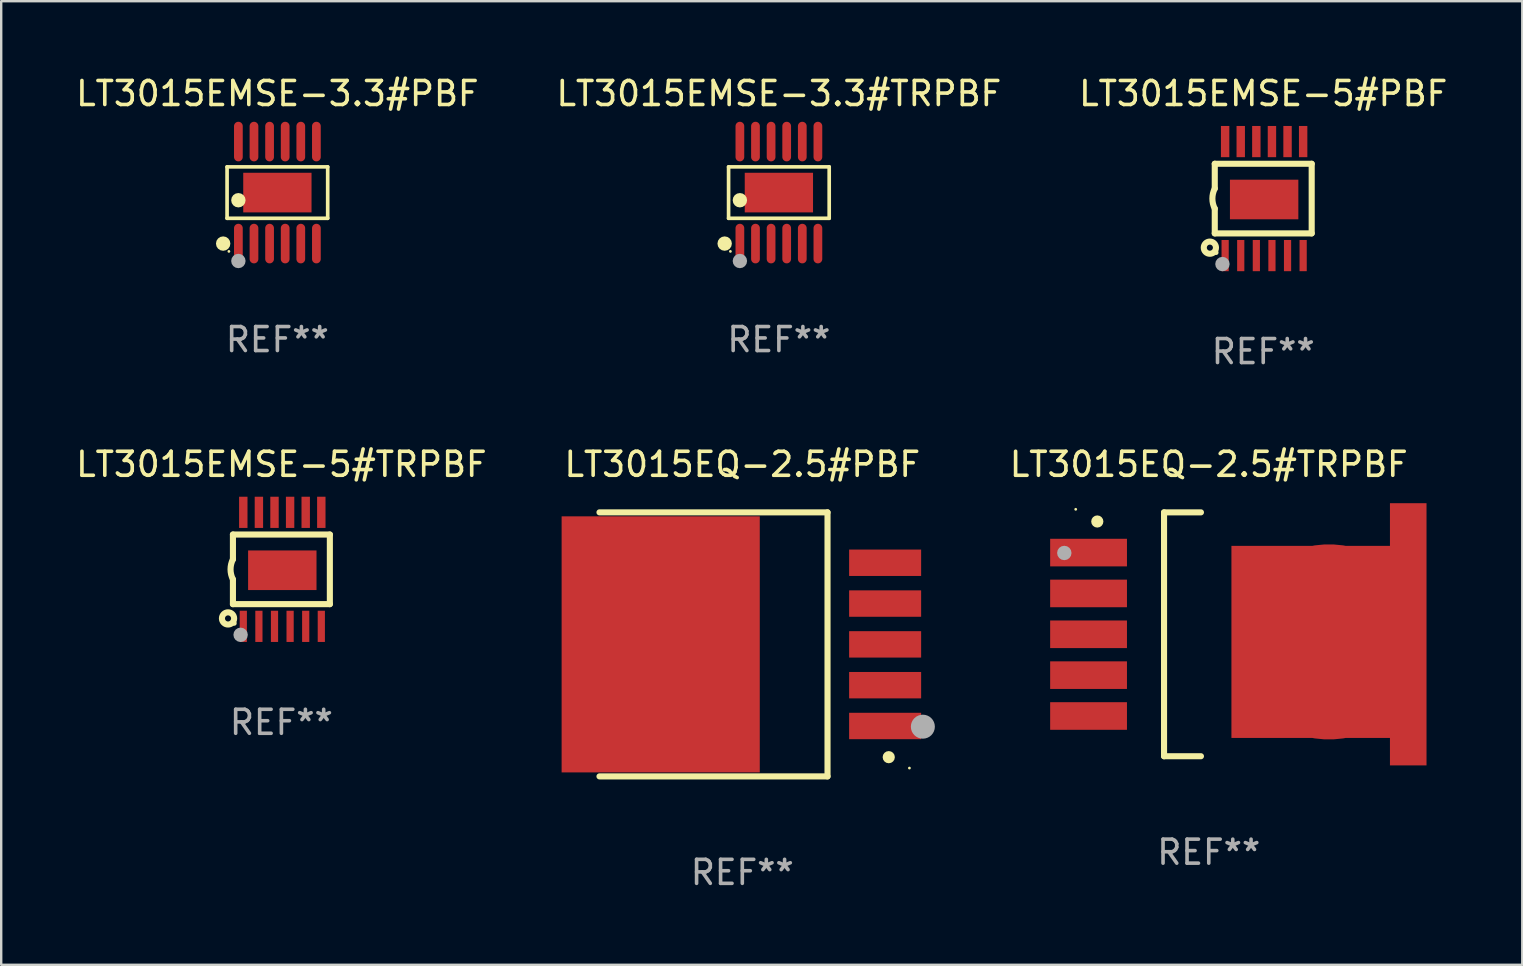
<source format=kicad_pcb>
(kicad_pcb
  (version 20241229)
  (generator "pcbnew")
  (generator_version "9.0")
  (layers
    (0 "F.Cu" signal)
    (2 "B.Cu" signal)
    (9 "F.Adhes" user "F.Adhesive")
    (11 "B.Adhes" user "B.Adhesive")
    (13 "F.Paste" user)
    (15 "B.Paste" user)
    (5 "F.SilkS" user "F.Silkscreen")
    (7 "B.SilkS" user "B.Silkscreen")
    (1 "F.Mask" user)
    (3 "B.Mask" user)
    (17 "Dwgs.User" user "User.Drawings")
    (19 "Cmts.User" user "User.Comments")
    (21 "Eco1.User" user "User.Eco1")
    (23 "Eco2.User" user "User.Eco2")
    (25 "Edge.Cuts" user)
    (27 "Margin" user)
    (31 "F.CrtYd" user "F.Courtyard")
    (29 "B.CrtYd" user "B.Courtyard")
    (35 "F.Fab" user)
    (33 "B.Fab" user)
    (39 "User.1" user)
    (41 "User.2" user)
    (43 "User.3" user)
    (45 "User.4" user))
  (footprint "LT3015EQ-2.5#TRPBF"
    (layer "F.Cu")
    (at 47.308 23.375)
    (property "Reference" "LT3015EQ-2.5#TRPBF" (at 0 -7.08 0) (layer "F.SilkS") (effects (font (size 1 1) (thickness 0.15))))
    (attr through_hole)
    (fp_line (start -1.863 -5.08) (end -0.326 -5.08) (stroke (width 0.254) (type solid)) (layer "F.SilkS"))
    (fp_line (start -1.863 5.08) (end -1.863 -5.08) (stroke (width 0.254) (type solid)) (layer "F.SilkS"))
    (fp_line (start -0.326 5.08) (end -1.863 5.08) (stroke (width 0.254) (type solid)) (layer "F.SilkS"))
    (fp_circle (center -5.543 -5.207) (end -5.513 -5.207) (stroke (width 0.06) (type solid)) (fill no) (layer "F.SilkS"))
    (fp_circle (center -4.644 -4.699) (end -4.517 -4.699) (stroke (width 0.254) (type solid)) (fill no) (layer "F.SilkS"))
    (fp_circle (center -6.018 -3.388) (end -5.868 -3.388) (stroke (width 0.3) (type solid)) (fill no) (layer "F.Fab"))
    (fp_text user "REF**" (at 0 9.08 0) (layer "F.Fab") (effects (font (size 1 1) (thickness 0.15))))
    (pad "1" smd rect (at -5.008 -3.404) (size 3.2 1.15) (layers "F.Cu" "F.Mask" "F.Paste"))
    (pad "2" smd rect (at -5.008 -1.702) (size 3.2 1.15) (layers "F.Cu" "F.Mask" "F.Paste"))
    (pad "3" smd rect (at -5.008 -0.000025) (size 3.2 1.15) (layers "F.Cu" "F.Mask" "F.Paste"))
    (pad "4" smd rect (at -5.008 1.702) (size 3.2 1.15) (layers "F.Cu" "F.Mask" "F.Paste"))
    (pad "5" smd rect (at -5.008 3.404) (size 3.2 1.15) (layers "F.Cu" "F.Mask" "F.Paste"))
    (pad "6" smd custom (at 5.008 0.317) (size 8.128 10.922) (layers "F.Cu" "F.Mask" "F.Paste") (options (anchor circle)) (primitives (gr_poly (pts (xy -4.064 -4.001) (xy 2.54 -4.001) (xy 2.54 -5.779) (xy 4.064 -5.779) (xy 4.064 5.144) (xy 2.54 5.144) (xy 2.54 4) (xy -4.064 4)) (width 0) (fill yes)))))
  (footprint "LT3015EMSE-3.3#PBF"
    (layer "F.Cu")
    (at 8.506 4.973)
    (property "Reference" "LT3015EMSE-3.3#PBF" (at 0 -4.125 0) (layer "F.SilkS") (effects (font (size 1 1) (thickness 0.15))))
    (attr through_hole)
    (fp_line (start -2.096 -1.071) (end 2.096 -1.071) (stroke (width 0.152) (type solid)) (layer "F.SilkS"))
    (fp_line (start -2.096 1.071) (end -2.096 -1.071) (stroke (width 0.152) (type solid)) (layer "F.SilkS"))
    (fp_line (start 2.096 -1.071) (end 2.096 1.071) (stroke (width 0.152) (type solid)) (layer "F.SilkS"))
    (fp_line (start 2.096 1.071) (end -2.096 1.071) (stroke (width 0.152) (type solid)) (layer "F.SilkS"))
    (fp_circle (center -2.259 2.125) (end -2.109 2.125) (stroke (width 0.3) (type solid)) (fill no) (layer "F.SilkS"))
    (fp_circle (center -2.02 2.45) (end -1.99 2.45) (stroke (width 0.06) (type solid)) (fill no) (layer "F.SilkS"))
    (fp_circle (center -1.625 0.319) (end -1.475 0.319) (stroke (width 0.3) (type solid)) (fill no) (layer "F.SilkS"))
    (fp_circle (center -1.625 2.85) (end -1.475 2.85) (stroke (width 0.3) (type solid)) (fill no) (layer "F.Fab"))
    (fp_text user "REF**" (at 0 6.125 0) (layer "F.Fab") (effects (font (size 1 1) (thickness 0.15))))
    (pad "1" smd oval (at -1.625 2.125) (size 0.364 1.65) (layers "F.Cu" "F.Mask" "F.Paste"))
    (pad "2" smd oval (at -0.975 2.125) (size 0.364 1.65) (layers "F.Cu" "F.Mask" "F.Paste"))
    (pad "3" smd oval (at -0.325 2.125) (size 0.364 1.65) (layers "F.Cu" "F.Mask" "F.Paste"))
    (pad "4" smd oval (at 0.325 2.125) (size 0.364 1.65) (layers "F.Cu" "F.Mask" "F.Paste"))
    (pad "5" smd oval (at 0.975 2.125) (size 0.364 1.65) (layers "F.Cu" "F.Mask" "F.Paste"))
    (pad "6" smd oval (at 1.625 2.125) (size 0.364 1.65) (layers "F.Cu" "F.Mask" "F.Paste"))
    (pad "7" smd oval (at 1.625 -2.125) (size 0.364 1.65) (layers "F.Cu" "F.Mask" "F.Paste"))
    (pad "8" smd oval (at 0.975 -2.125) (size 0.364 1.65) (layers "F.Cu" "F.Mask" "F.Paste"))
    (pad "9" smd oval (at 0.325 -2.125) (size 0.364 1.65) (layers "F.Cu" "F.Mask" "F.Paste"))
    (pad "10" smd oval (at -0.325 -2.125) (size 0.364 1.65) (layers "F.Cu" "F.Mask" "F.Paste"))
    (pad "11" smd oval (at -0.975 -2.125) (size 0.364 1.65) (layers "F.Cu" "F.Mask" "F.Paste"))
    (pad "12" smd oval (at -1.625 -2.125) (size 0.364 1.65) (layers "F.Cu" "F.Mask" "F.Paste"))
    (pad "13" smd rect (at 0 0) (size 2.845 1.651) (layers "F.Cu" "F.Mask" "F.Paste")))
  (footprint "LT3015EMSE-5#TRPBF"
    (layer "F.Cu")
    (at 8.673 20.669)
    (property "Reference" "LT3015EMSE-5#TRPBF" (at 0 -4.375 0) (layer "F.SilkS") (effects (font (size 1 1) (thickness 0.15))))
    (attr through_hole)
    (fp_line (start -2.019 -1.45) (end -2.019 -0.419) (stroke (width 0.254) (type solid)) (layer "F.SilkS"))
    (fp_line (start -2.019 1.45) (end -2.019 0.419) (stroke (width 0.254) (type solid)) (layer "F.SilkS"))
    (fp_line (start -2.019 1.45) (end 2.019 1.45) (stroke (width 0.254) (type solid)) (layer "F.SilkS"))
    (fp_line (start 2.019 -1.45) (end -2.019 -1.45) (stroke (width 0.254) (type solid)) (layer "F.SilkS"))
    (fp_line (start 2.019 -1.45) (end 2.019 1.45) (stroke (width 0.254) (type solid)) (layer "F.SilkS"))
    (fp_arc (start -2.019304 0.419101) (mid -2.11824 0) (end -2.019304 -0.419101) (stroke (width 0.254001) (type solid)) (layer "F.SilkS"))
    (fp_circle (center -2.223 2.045) (end -1.969 2.045) (stroke (width 0.254) (type solid)) (fill no) (layer "F.SilkS"))
    (fp_circle (center -1.962 2.25) (end -1.912 2.25) (stroke (width 0.1) (type solid)) (fill no) (layer "F.SilkS"))
    (fp_circle (center -1.699 2.728) (end -1.549 2.728) (stroke (width 0.3) (type solid)) (fill no) (layer "F.Fab"))
    (fp_text user "REF**" (at 0 6.375 0) (layer "F.Fab") (effects (font (size 1 1) (thickness 0.15))))
    (pad "1" smd rect (at -1.587 2.375) (size 0.3 1.3) (layers "F.Cu" "F.Mask" "F.Paste"))
    (pad "2" smd rect (at -0.937 2.375) (size 0.3 1.3) (layers "F.Cu" "F.Mask" "F.Paste"))
    (pad "3" smd rect (at -0.287 2.375) (size 0.3 1.3) (layers "F.Cu" "F.Mask" "F.Paste"))
    (pad "4" smd rect (at 0.363 2.375) (size 0.3 1.3) (layers "F.Cu" "F.Mask" "F.Paste"))
    (pad "5" smd rect (at 1.013 2.375) (size 0.3 1.3) (layers "F.Cu" "F.Mask" "F.Paste"))
    (pad "6" smd rect (at 1.663 2.375) (size 0.3 1.3) (layers "F.Cu" "F.Mask" "F.Paste"))
    (pad "7" smd rect (at 1.663 -2.375) (size 0.35 1.3) (layers "F.Cu" "F.Mask" "F.Paste"))
    (pad "8" smd rect (at 1.013 -2.375) (size 0.35 1.3) (layers "F.Cu" "F.Mask" "F.Paste"))
    (pad "9" smd rect (at 0.363 -2.375) (size 0.35 1.3) (layers "F.Cu" "F.Mask" "F.Paste"))
    (pad "10" smd rect (at -0.287 -2.375) (size 0.35 1.3) (layers "F.Cu" "F.Mask" "F.Paste"))
    (pad "11" smd rect (at -0.937 -2.375) (size 0.35 1.3) (layers "F.Cu" "F.Mask" "F.Paste"))
    (pad "12" smd rect (at -1.587 -2.375) (size 0.35 1.3) (layers "F.Cu" "F.Mask" "F.Paste"))
    (pad "13" smd rect (at 0.038 0.038) (size 2.85 1.65) (layers "F.Cu" "F.Mask" "F.Paste")))
  (footprint "LT3015EMSE-5#PBF"
    (layer "F.Cu")
    (at 49.577 5.223)
    (property "Reference" "LT3015EMSE-5#PBF" (at 0 -4.375 0) (layer "F.SilkS") (effects (font (size 1 1) (thickness 0.15))))
    (attr through_hole)
    (fp_line (start -2.019 -1.45) (end -2.019 -0.419) (stroke (width 0.254) (type solid)) (layer "F.SilkS"))
    (fp_line (start -2.019 1.45) (end -2.019 0.419) (stroke (width 0.254) (type solid)) (layer "F.SilkS"))
    (fp_line (start -2.019 1.45) (end 2.019 1.45) (stroke (width 0.254) (type solid)) (layer "F.SilkS"))
    (fp_line (start 2.019 -1.45) (end -2.019 -1.45) (stroke (width 0.254) (type solid)) (layer "F.SilkS"))
    (fp_line (start 2.019 -1.45) (end 2.019 1.45) (stroke (width 0.254) (type solid)) (layer "F.SilkS"))
    (fp_arc (start -2.019304 0.419101) (mid -2.11824 0) (end -2.019304 -0.419101) (stroke (width 0.254001) (type solid)) (layer "F.SilkS"))
    (fp_circle (center -2.223 2.045) (end -1.969 2.045) (stroke (width 0.254) (type solid)) (fill no) (layer "F.SilkS"))
    (fp_circle (center -1.962 2.25) (end -1.912 2.25) (stroke (width 0.1) (type solid)) (fill no) (layer "F.SilkS"))
    (fp_circle (center -1.699 2.728) (end -1.549 2.728) (stroke (width 0.3) (type solid)) (fill no) (layer "F.Fab"))
    (fp_text user "REF**" (at 0 6.375 0) (layer "F.Fab") (effects (font (size 1 1) (thickness 0.15))))
    (pad "1" smd rect (at -1.587 2.375) (size 0.3 1.3) (layers "F.Cu" "F.Mask" "F.Paste"))
    (pad "2" smd rect (at -0.937 2.375) (size 0.3 1.3) (layers "F.Cu" "F.Mask" "F.Paste"))
    (pad "3" smd rect (at -0.287 2.375) (size 0.3 1.3) (layers "F.Cu" "F.Mask" "F.Paste"))
    (pad "4" smd rect (at 0.363 2.375) (size 0.3 1.3) (layers "F.Cu" "F.Mask" "F.Paste"))
    (pad "5" smd rect (at 1.013 2.375) (size 0.3 1.3) (layers "F.Cu" "F.Mask" "F.Paste"))
    (pad "6" smd rect (at 1.663 2.375) (size 0.3 1.3) (layers "F.Cu" "F.Mask" "F.Paste"))
    (pad "7" smd rect (at 1.663 -2.375) (size 0.35 1.3) (layers "F.Cu" "F.Mask" "F.Paste"))
    (pad "8" smd rect (at 1.013 -2.375) (size 0.35 1.3) (layers "F.Cu" "F.Mask" "F.Paste"))
    (pad "9" smd rect (at 0.363 -2.375) (size 0.35 1.3) (layers "F.Cu" "F.Mask" "F.Paste"))
    (pad "10" smd rect (at -0.287 -2.375) (size 0.35 1.3) (layers "F.Cu" "F.Mask" "F.Paste"))
    (pad "11" smd rect (at -0.937 -2.375) (size 0.35 1.3) (layers "F.Cu" "F.Mask" "F.Paste"))
    (pad "12" smd rect (at -1.587 -2.375) (size 0.35 1.3) (layers "F.Cu" "F.Mask" "F.Paste"))
    (pad "13" smd rect (at 0.038 0.038) (size 2.85 1.65) (layers "F.Cu" "F.Mask" "F.Paste")))
  (footprint "LT3015EQ-2.5#PBF"
    (layer "F.Cu")
    (at 27.875 23.795)
    (property "Reference" "LT3015EQ-2.5#PBF" (at 0 -7.5 0) (layer "F.SilkS") (effects (font (size 1 1) (thickness 0.15))))
    (attr through_hole)
    (fp_line (start -5.95 -5.5) (end 3.55 -5.5) (stroke (width 0.254) (type solid)) (layer "F.SilkS"))
    (fp_line (start -5.95 5.5) (end 3.55 5.5) (stroke (width 0.254) (type solid)) (layer "F.SilkS"))
    (fp_line (start 3.55 5.5) (end 3.55 -5.5) (stroke (width 0.254) (type solid)) (layer "F.SilkS"))
    (fp_circle (center 6.101 4.699) (end 6.228 4.699) (stroke (width 0.254) (type solid)) (fill no) (layer "F.SilkS"))
    (fp_circle (center 6.962 5.153) (end 6.992 5.153) (stroke (width 0.06) (type solid)) (fill no) (layer "F.SilkS"))
    (fp_circle (center 7.522 3.429) (end 7.772 3.429) (stroke (width 0.5) (type solid)) (fill no) (layer "F.Fab"))
    (fp_text user "REF**" (at 0 9.5 0) (layer "F.Fab") (effects (font (size 1 1) (thickness 0.15))))
    (pad "1" smd rect (at 5.95 3.4 180) (size 3 1.1) (layers "F.Cu" "F.Mask" "F.Paste"))
    (pad "2" smd rect (at 5.95 1.7 180) (size 3 1.1) (layers "F.Cu" "F.Mask" "F.Paste"))
    (pad "3" smd rect (at 5.95 -0.000025 180) (size 3 1.1) (layers "F.Cu" "F.Mask" "F.Paste"))
    (pad "4" smd rect (at 5.95 -1.7 180) (size 3 1.1) (layers "F.Cu" "F.Mask" "F.Paste"))
    (pad "5" smd rect (at 5.95 -3.4 180) (size 3 1.1) (layers "F.Cu" "F.Mask" "F.Paste"))
    (pad "6" smd rect (at -3.4 -0.000025) (size 8.255 10.668) (layers "F.Cu" "F.Mask" "F.Paste")))
  (footprint "LT3015EMSE-3.3#TRPBF"
    (layer "F.Cu")
    (at 29.399 4.973)
    (property "Reference" "LT3015EMSE-3.3#TRPBF" (at 0 -4.125 0) (layer "F.SilkS") (effects (font (size 1 1) (thickness 0.15))))
    (attr through_hole)
    (fp_line (start -2.096 -1.071) (end 2.096 -1.071) (stroke (width 0.152) (type solid)) (layer "F.SilkS"))
    (fp_line (start -2.096 1.071) (end -2.096 -1.071) (stroke (width 0.152) (type solid)) (layer "F.SilkS"))
    (fp_line (start 2.096 -1.071) (end 2.096 1.071) (stroke (width 0.152) (type solid)) (layer "F.SilkS"))
    (fp_line (start 2.096 1.071) (end -2.096 1.071) (stroke (width 0.152) (type solid)) (layer "F.SilkS"))
    (fp_circle (center -2.259 2.125) (end -2.109 2.125) (stroke (width 0.3) (type solid)) (fill no) (layer "F.SilkS"))
    (fp_circle (center -2.02 2.45) (end -1.99 2.45) (stroke (width 0.06) (type solid)) (fill no) (layer "F.SilkS"))
    (fp_circle (center -1.625 0.319) (end -1.475 0.319) (stroke (width 0.3) (type solid)) (fill no) (layer "F.SilkS"))
    (fp_circle (center -1.625 2.85) (end -1.475 2.85) (stroke (width 0.3) (type solid)) (fill no) (layer "F.Fab"))
    (fp_text user "REF**" (at 0 6.125 0) (layer "F.Fab") (effects (font (size 1 1) (thickness 0.15))))
    (pad "1" smd oval (at -1.625 2.125) (size 0.364 1.65) (layers "F.Cu" "F.Mask" "F.Paste"))
    (pad "2" smd oval (at -0.975 2.125) (size 0.364 1.65) (layers "F.Cu" "F.Mask" "F.Paste"))
    (pad "3" smd oval (at -0.325 2.125) (size 0.364 1.65) (layers "F.Cu" "F.Mask" "F.Paste"))
    (pad "4" smd oval (at 0.325 2.125) (size 0.364 1.65) (layers "F.Cu" "F.Mask" "F.Paste"))
    (pad "5" smd oval (at 0.975 2.125) (size 0.364 1.65) (layers "F.Cu" "F.Mask" "F.Paste"))
    (pad "6" smd oval (at 1.625 2.125) (size 0.364 1.65) (layers "F.Cu" "F.Mask" "F.Paste"))
    (pad "7" smd oval (at 1.625 -2.125) (size 0.364 1.65) (layers "F.Cu" "F.Mask" "F.Paste"))
    (pad "8" smd oval (at 0.975 -2.125) (size 0.364 1.65) (layers "F.Cu" "F.Mask" "F.Paste"))
    (pad "9" smd oval (at 0.325 -2.125) (size 0.364 1.65) (layers "F.Cu" "F.Mask" "F.Paste"))
    (pad "10" smd oval (at -0.325 -2.125) (size 0.364 1.65) (layers "F.Cu" "F.Mask" "F.Paste"))
    (pad "11" smd oval (at -0.975 -2.125) (size 0.364 1.65) (layers "F.Cu" "F.Mask" "F.Paste"))
    (pad "12" smd oval (at -1.625 -2.125) (size 0.364 1.65) (layers "F.Cu" "F.Mask" "F.Paste"))
    (pad "13" smd rect (at 0 0) (size 2.845 1.651) (layers "F.Cu" "F.Mask" "F.Paste")))
  (gr_rect
    (start -3 -3)
    (end 60.369 37.143)
    (stroke (width 0.1) (type default))
    (fill no)
    (layer "Edge.Cuts")))
</source>
